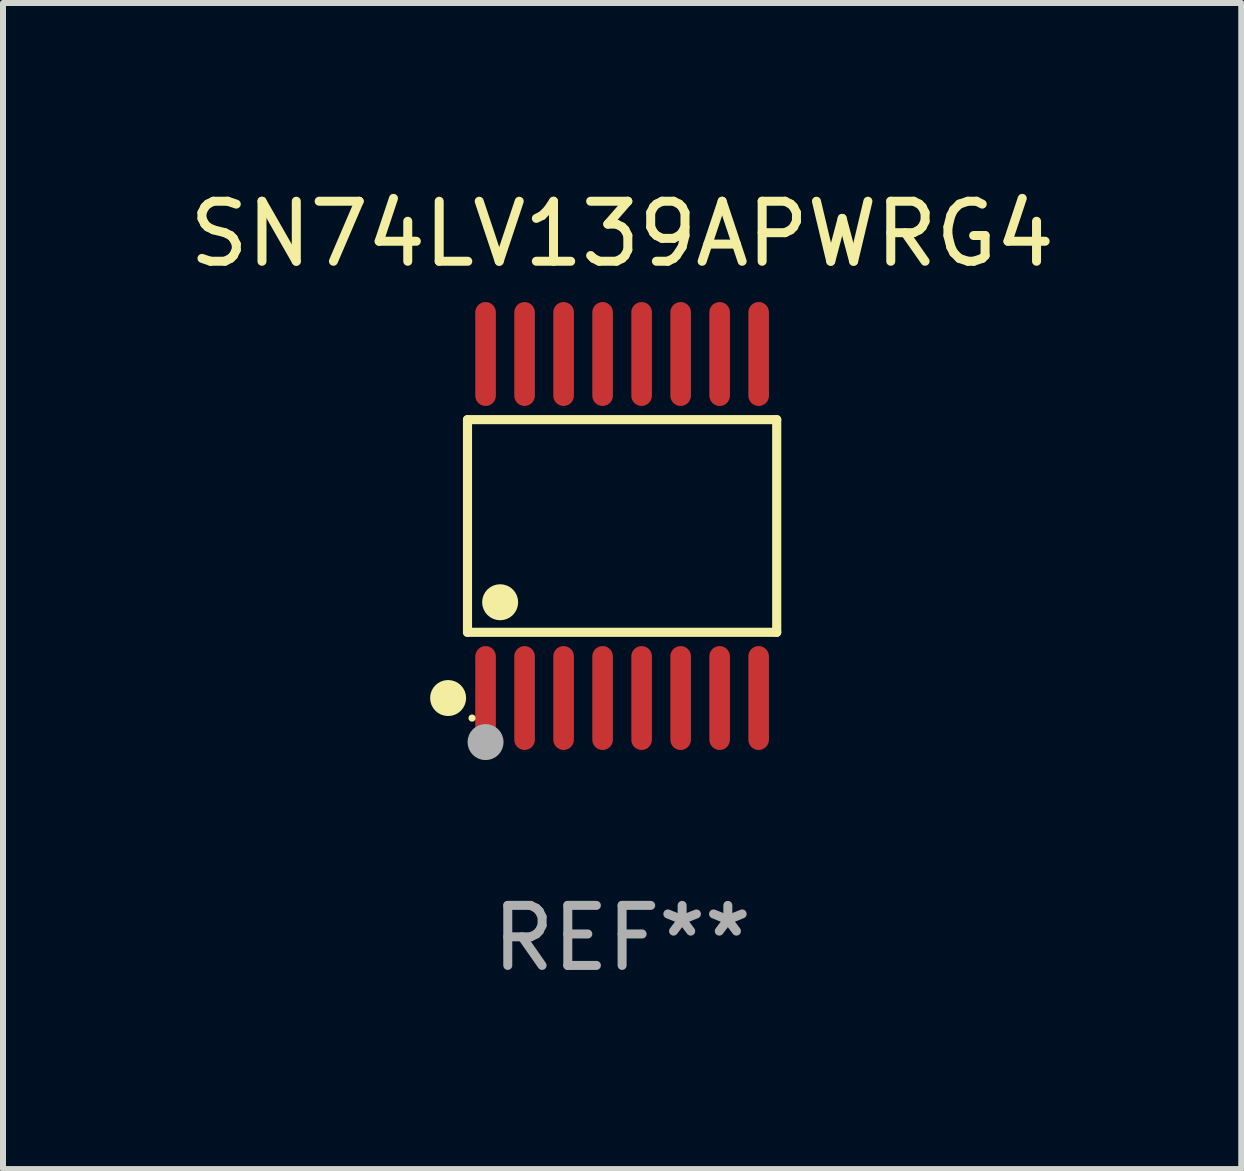
<source format=kicad_pcb>
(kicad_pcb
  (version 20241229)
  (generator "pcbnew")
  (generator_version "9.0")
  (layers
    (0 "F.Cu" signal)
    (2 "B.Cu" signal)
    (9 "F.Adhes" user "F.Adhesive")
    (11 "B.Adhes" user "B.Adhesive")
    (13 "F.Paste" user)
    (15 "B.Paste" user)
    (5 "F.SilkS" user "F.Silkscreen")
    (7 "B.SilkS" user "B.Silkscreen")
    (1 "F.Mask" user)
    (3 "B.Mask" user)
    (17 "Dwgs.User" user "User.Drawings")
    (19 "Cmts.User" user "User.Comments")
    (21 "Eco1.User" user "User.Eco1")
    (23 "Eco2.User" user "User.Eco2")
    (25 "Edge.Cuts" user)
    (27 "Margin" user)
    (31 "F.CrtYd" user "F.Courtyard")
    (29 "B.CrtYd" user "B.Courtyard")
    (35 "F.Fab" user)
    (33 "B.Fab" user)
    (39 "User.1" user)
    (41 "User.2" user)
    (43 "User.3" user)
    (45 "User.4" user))
  (footprint "SN74LV139APWRG4"
    (layer "F.Cu")
    (at 7.315 5.714)
    (property "Reference" "SN74LV139APWRG4" (at 0 -4.866 0) (layer "F.SilkS") (effects (font (size 1 1) (thickness 0.15))))
    (attr through_hole)
    (fp_line (start -2.576 -1.772) (end 2.576 -1.772) (stroke (width 0.152) (type solid)) (layer "F.SilkS"))
    (fp_line (start -2.576 1.771) (end -2.576 -1.772) (stroke (width 0.152) (type solid)) (layer "F.SilkS"))
    (fp_line (start 2.576 -1.772) (end 2.576 1.771) (stroke (width 0.152) (type solid)) (layer "F.SilkS"))
    (fp_line (start 2.576 1.771) (end -2.576 1.771) (stroke (width 0.152) (type solid)) (layer "F.SilkS"))
    (fp_circle (center -2.899 2.866) (end -2.749 2.866) (stroke (width 0.3) (type solid)) (fill no) (layer "F.SilkS"))
    (fp_circle (center -2.5 3.2) (end -2.47 3.2) (stroke (width 0.06) (type solid)) (fill no) (layer "F.SilkS"))
    (fp_circle (center -2.032 1.27) (end -1.882 1.27) (stroke (width 0.3) (type solid)) (fill no) (layer "F.SilkS"))
    (fp_circle (center -2.275 3.6) (end -2.125 3.6) (stroke (width 0.3) (type solid)) (fill no) (layer "F.Fab"))
    (fp_text user "REF**" (at 0 6.866 0) (layer "F.Fab") (effects (font (size 1 1) (thickness 0.15))))
    (pad "1" smd oval (at -2.275 2.866) (size 0.343 1.731) (layers "F.Cu" "F.Mask" "F.Paste"))
    (pad "2" smd oval (at -1.625 2.866) (size 0.343 1.731) (layers "F.Cu" "F.Mask" "F.Paste"))
    (pad "3" smd oval (at -0.975 2.866) (size 0.343 1.731) (layers "F.Cu" "F.Mask" "F.Paste"))
    (pad "4" smd oval (at -0.325 2.866) (size 0.343 1.731) (layers "F.Cu" "F.Mask" "F.Paste"))
    (pad "5" smd oval (at 0.325 2.866) (size 0.343 1.731) (layers "F.Cu" "F.Mask" "F.Paste"))
    (pad "6" smd oval (at 0.975 2.866) (size 0.343 1.731) (layers "F.Cu" "F.Mask" "F.Paste"))
    (pad "7" smd oval (at 1.625 2.866) (size 0.343 1.731) (layers "F.Cu" "F.Mask" "F.Paste"))
    (pad "8" smd oval (at 2.275 2.866) (size 0.343 1.731) (layers "F.Cu" "F.Mask" "F.Paste"))
    (pad "9" smd oval (at 2.275 -2.866) (size 0.343 1.731) (layers "F.Cu" "F.Mask" "F.Paste"))
    (pad "10" smd oval (at 1.625 -2.866) (size 0.343 1.731) (layers "F.Cu" "F.Mask" "F.Paste"))
    (pad "11" smd oval (at 0.975 -2.866) (size 0.343 1.731) (layers "F.Cu" "F.Mask" "F.Paste"))
    (pad "12" smd oval (at 0.325 -2.866) (size 0.343 1.731) (layers "F.Cu" "F.Mask" "F.Paste"))
    (pad "13" smd oval (at -0.325 -2.866) (size 0.343 1.731) (layers "F.Cu" "F.Mask" "F.Paste"))
    (pad "14" smd oval (at -0.975 -2.866) (size 0.343 1.731) (layers "F.Cu" "F.Mask" "F.Paste"))
    (pad "15" smd oval (at -1.625 -2.866) (size 0.343 1.731) (layers "F.Cu" "F.Mask" "F.Paste"))
    (pad "16" smd oval (at -2.275 -2.866) (size 0.343 1.731) (layers "F.Cu" "F.Mask" "F.Paste")))
  (gr_rect
    (start -3 -3)
    (end 17.631 16.428)
    (stroke (width 0.1) (type default))
    (fill no)
    (layer "Edge.Cuts")))
</source>
